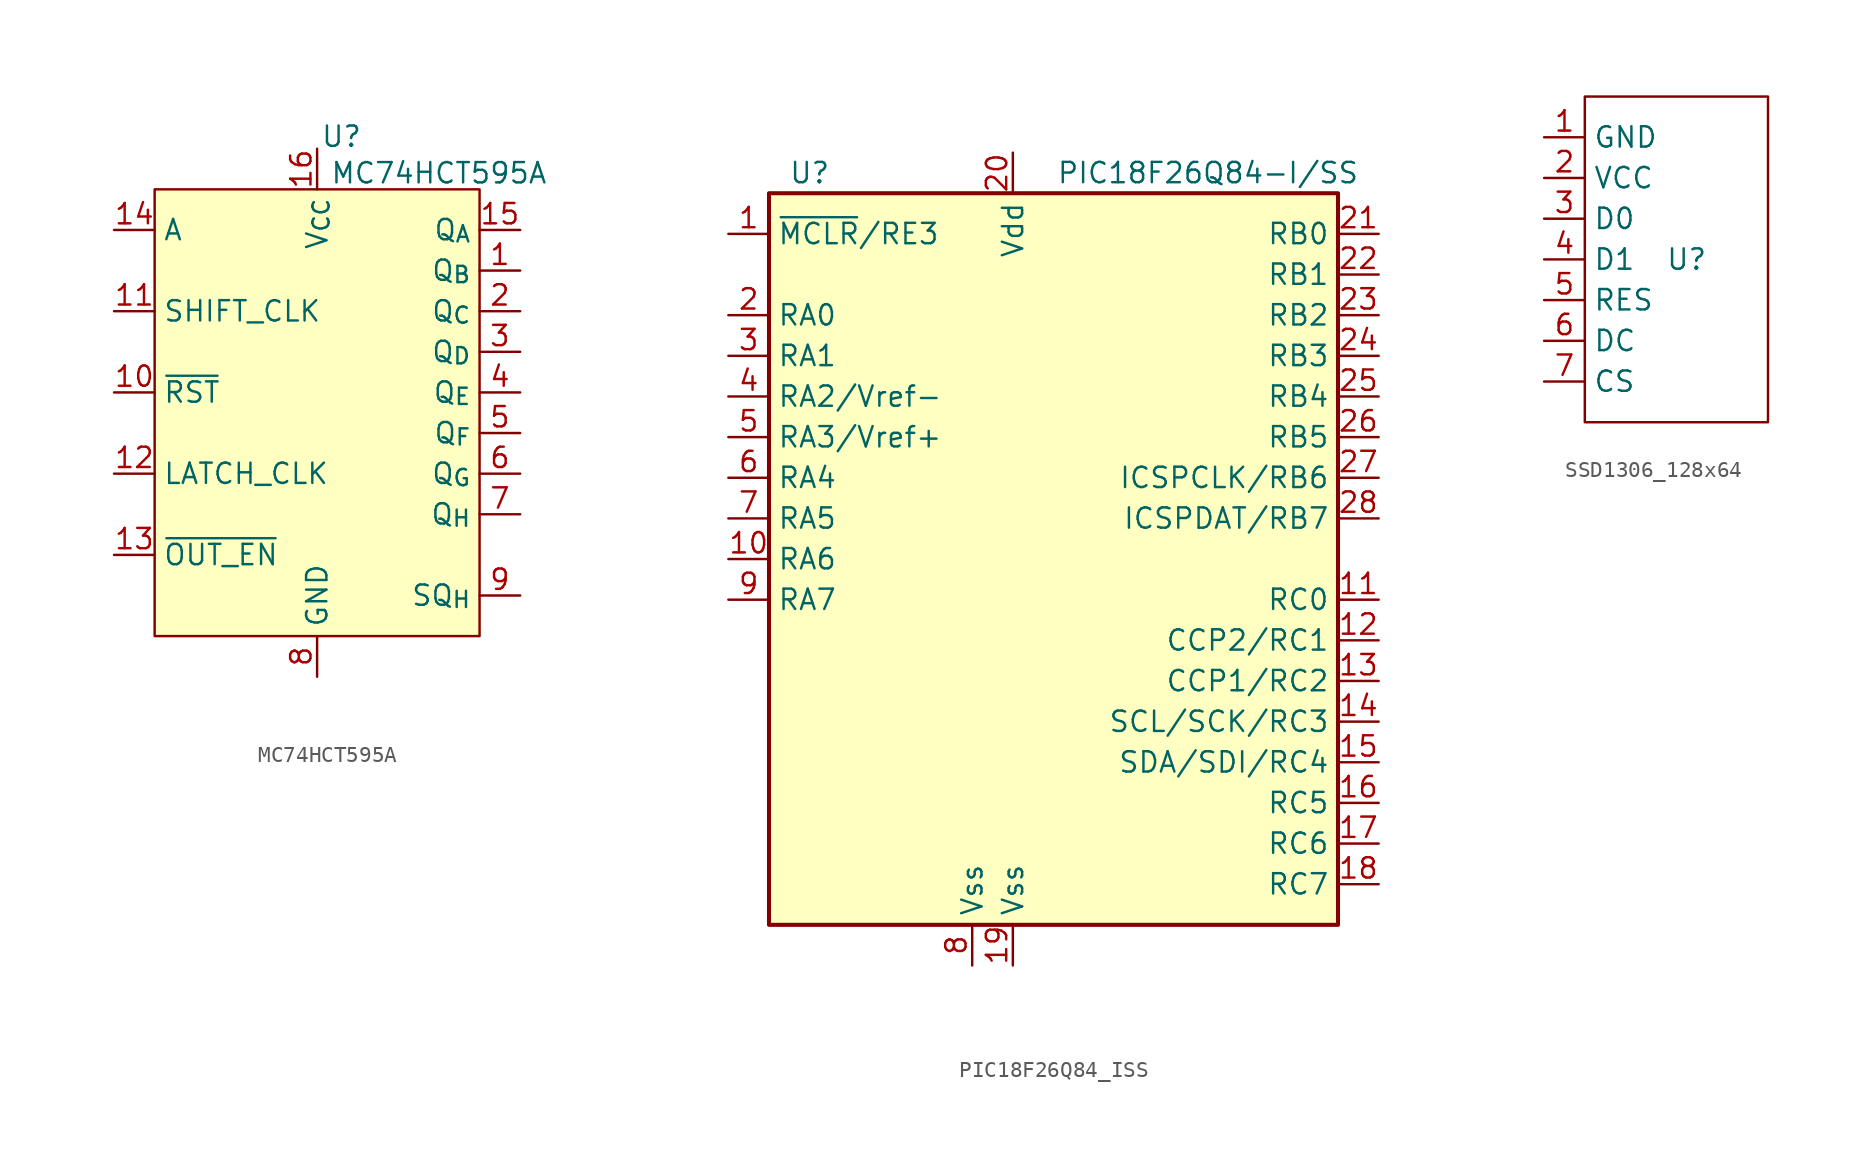
<source format=kicad_sym>
(kicad_symbol_lib
  (version 20241209)
  (generator "kicad_symbol_editor")
  (generator_version "9.0")
  (symbol "MC74HCT595A"
    (property "Reference" "U"
      (at 1.524 16.002 0)
      (effects (font (size 1.27 1.27))))
    (property "Value" "MC74HCT595A"
      (at 7.62 13.716 0)
      (effects (font (size 1.27 1.27))))
    (symbol "MC74HCT595A_1_1"
      (rectangle (start -10.16 12.7) (end 10.16 -15.24) (stroke (width 0) (type solid)) (fill (type color) (color 255 255 194 1)))
      (pin input line (at -12.7 10.16 0) (length 2.54) (name "A" (effects (font (size 1.27 1.27)))) (number "14" (effects (font (size 1.27 1.27)))))
      (pin input line (at -12.7 5.08 0) (length 2.54) (name "SHIFT_CLK" (effects (font (size 1.27 1.27)))) (number "11" (effects (font (size 1.27 1.27)))))
      (pin input line (at -12.7 0 0) (length 2.54) (name "~{RST}" (effects (font (size 1.27 1.27)))) (number "10" (effects (font (size 1.27 1.27)))))
      (pin input line (at -12.7 -5.08 0) (length 2.54) (name "LATCH_CLK" (effects (font (size 1.27 1.27)))) (number "12" (effects (font (size 1.27 1.27)))))
      (pin input line (at -12.7 -10.16 0) (length 2.54) (name "~{OUT_EN}" (effects (font (size 1.27 1.27)))) (number "13" (effects (font (size 1.27 1.27)))))
      (pin power_in line (at 0 15.24 270) (length 2.54) (name "V_{CC}" (effects (font (size 1.27 1.27)))) (number "16" (effects (font (size 1.27 1.27)))))
      (pin power_in line (at 0 -17.78 90) (length 2.54) (name "GND" (effects (font (size 1.27 1.27)))) (number "8" (effects (font (size 1.27 1.27)))))
      (pin output line (at 12.7 10.16 180) (length 2.54) (name "Q_{A}" (effects (font (size 1.27 1.27)))) (number "15" (effects (font (size 1.27 1.27)))))
      (pin output line (at 12.7 7.62 180) (length 2.54) (name "Q_{B}" (effects (font (size 1.27 1.27)))) (number "1" (effects (font (size 1.27 1.27)))))
      (pin output line (at 12.7 5.08 180) (length 2.54) (name "Q_{C}" (effects (font (size 1.27 1.27)))) (number "2" (effects (font (size 1.27 1.27)))))
      (pin output line (at 12.7 2.54 180) (length 2.54) (name "Q_{D}" (effects (font (size 1.27 1.27)))) (number "3" (effects (font (size 1.27 1.27)))))
      (pin output line (at 12.7 0 180) (length 2.54) (name "Q_{E}" (effects (font (size 1.27 1.27)))) (number "4" (effects (font (size 1.27 1.27)))))
      (pin output line (at 12.7 -2.54 180) (length 2.54) (name "Q_{F}" (effects (font (size 1.27 1.27)))) (number "5" (effects (font (size 1.27 1.27)))))
      (pin output line (at 12.7 -5.08 180) (length 2.54) (name "Q_{G}" (effects (font (size 1.27 1.27)))) (number "6" (effects (font (size 1.27 1.27)))))
      (pin output line (at 12.7 -7.62 180) (length 2.54) (name "Q_{H}" (effects (font (size 1.27 1.27)))) (number "7" (effects (font (size 1.27 1.27)))))
      (pin output line (at 12.7 -12.7 180) (length 2.54) (name "SQ_{H}" (effects (font (size 1.27 1.27)))) (number "9" (effects (font (size 1.27 1.27)))))))
  (symbol "PIC18F26Q84_ISS"
    (property "Reference" "U"
      (at -15.24 24.13 0)
      (effects (font (size 1.27 1.27))))
    (property "Value" "PIC18F26Q84-I/SS"
      (at 9.652 24.13 0)
      (effects (font (size 1.27 1.27))))
    (symbol "PIC18F26Q84_ISS_0_1"
      (rectangle (start -17.78 22.86) (end 17.78 -22.86) (stroke (width 0.254) (type default)) (fill (type background))))
    (symbol "PIC18F26Q84_ISS_1_1"
      (pin bidirectional line (at -20.32 20.32 0) (length 2.54) (name "~{MCLR}/RE3" (effects (font (size 1.27 1.27)))) (number "1" (effects (font (size 1.27 1.27)))))
      (pin bidirectional line (at -20.32 15.24 0) (length 2.54) (name "RA0" (effects (font (size 1.27 1.27)))) (number "2" (effects (font (size 1.27 1.27)))))
      (pin bidirectional line (at -20.32 12.7 0) (length 2.54) (name "RA1" (effects (font (size 1.27 1.27)))) (number "3" (effects (font (size 1.27 1.27)))))
      (pin bidirectional line (at -20.32 10.16 0) (length 2.54) (name "RA2/Vref-" (effects (font (size 1.27 1.27)))) (number "4" (effects (font (size 1.27 1.27)))))
      (pin bidirectional line (at -20.32 7.62 0) (length 2.54) (name "RA3/Vref+" (effects (font (size 1.27 1.27)))) (number "5" (effects (font (size 1.27 1.27)))))
      (pin bidirectional line (at -20.32 5.08 0) (length 2.54) (name "RA4" (effects (font (size 1.27 1.27)))) (number "6" (effects (font (size 1.27 1.27)))))
      (pin bidirectional line (at -20.32 2.54 0) (length 2.54) (name "RA5" (effects (font (size 1.27 1.27)))) (number "7" (effects (font (size 1.27 1.27)))))
      (pin bidirectional line (at -20.32 0 0) (length 2.54) (name "RA6" (effects (font (size 1.27 1.27)))) (number "10" (effects (font (size 1.27 1.27)))))
      (pin bidirectional line (at -20.32 -2.54 0) (length 2.54) (name "RA7" (effects (font (size 1.27 1.27)))) (number "9" (effects (font (size 1.27 1.27)))))
      (pin power_in line (at -5.08 -25.4 90) (length 2.54) (name "Vss" (effects (font (size 1.27 1.27)))) (number "8" (effects (font (size 1.27 1.27)))))
      (pin power_in line (at -2.54 25.4 270) (length 2.54) (name "Vdd" (effects (font (size 1.27 1.27)))) (number "20" (effects (font (size 1.27 1.27)))))
      (pin power_in line (at -2.54 -25.4 90) (length 2.54) (name "Vss" (effects (font (size 1.27 1.27)))) (number "19" (effects (font (size 1.27 1.27)))))
      (pin bidirectional line (at 20.32 20.32 180) (length 2.54) (name "RB0" (effects (font (size 1.27 1.27)))) (number "21" (effects (font (size 1.27 1.27)))))
      (pin bidirectional line (at 20.32 17.78 180) (length 2.54) (name "RB1" (effects (font (size 1.27 1.27)))) (number "22" (effects (font (size 1.27 1.27)))))
      (pin bidirectional line (at 20.32 15.24 180) (length 2.54) (name "RB2" (effects (font (size 1.27 1.27)))) (number "23" (effects (font (size 1.27 1.27)))))
      (pin bidirectional line (at 20.32 12.7 180) (length 2.54) (name "RB3" (effects (font (size 1.27 1.27)))) (number "24" (effects (font (size 1.27 1.27)))))
      (pin bidirectional line (at 20.32 10.16 180) (length 2.54) (name "RB4" (effects (font (size 1.27 1.27)))) (number "25" (effects (font (size 1.27 1.27)))))
      (pin bidirectional line (at 20.32 7.62 180) (length 2.54) (name "RB5" (effects (font (size 1.27 1.27)))) (number "26" (effects (font (size 1.27 1.27)))))
      (pin bidirectional line (at 20.32 5.08 180) (length 2.54) (name "ICSPCLK/RB6" (effects (font (size 1.27 1.27)))) (number "27" (effects (font (size 1.27 1.27)))))
      (pin bidirectional line (at 20.32 2.54 180) (length 2.54) (name "ICSPDAT/RB7" (effects (font (size 1.27 1.27)))) (number "28" (effects (font (size 1.27 1.27)))))
      (pin bidirectional line (at 20.32 -2.54 180) (length 2.54) (name "RC0" (effects (font (size 1.27 1.27)))) (number "11" (effects (font (size 1.27 1.27)))))
      (pin bidirectional line (at 20.32 -5.08 180) (length 2.54) (name "CCP2/RC1" (effects (font (size 1.27 1.27)))) (number "12" (effects (font (size 1.27 1.27)))))
      (pin bidirectional line (at 20.32 -7.62 180) (length 2.54) (name "CCP1/RC2" (effects (font (size 1.27 1.27)))) (number "13" (effects (font (size 1.27 1.27)))))
      (pin bidirectional line (at 20.32 -10.16 180) (length 2.54) (name "SCL/SCK/RC3" (effects (font (size 1.27 1.27)))) (number "14" (effects (font (size 1.27 1.27)))))
      (pin bidirectional line (at 20.32 -12.7 180) (length 2.54) (name "SDA/SDI/RC4" (effects (font (size 1.27 1.27)))) (number "15" (effects (font (size 1.27 1.27)))))
      (pin bidirectional line (at 20.32 -15.24 180) (length 2.54) (name "RC5" (effects (font (size 1.27 1.27)))) (number "16" (effects (font (size 1.27 1.27)))))
      (pin bidirectional line (at 20.32 -17.78 180) (length 2.54) (name "RC6" (effects (font (size 1.27 1.27)))) (number "17" (effects (font (size 1.27 1.27)))))
      (pin bidirectional line (at 20.32 -20.32 180) (length 2.54) (name "RC7" (effects (font (size 1.27 1.27)))) (number "18" (effects (font (size 1.27 1.27)))))))
  (symbol "SSD1306_128x64"
    (property "Reference" "U"
      (at 0 0 0)
      (effects (font (size 1.27 1.27))))
    (property "Value" ""
      (at 0 0 0)
      (effects (font (size 1.27 1.27))))
    (symbol "SSD1306_128x64_0_1"
      (rectangle (start -6.35 10.16) (end 5.08 -10.16) (stroke (width 0) (type default)) (fill (type none))))
    (symbol "SSD1306_128x64_1_1"
      (pin input line (at -8.89 7.62 0) (length 2.54) (name "GND" (effects (font (size 1.27 1.27)))) (number "1" (effects (font (size 1.27 1.27)))))
      (pin input line (at -8.89 5.08 0) (length 2.54) (name "VCC" (effects (font (size 1.27 1.27)))) (number "2" (effects (font (size 1.27 1.27)))))
      (pin input line (at -8.89 2.54 0) (length 2.54) (name "D0" (effects (font (size 1.27 1.27)))) (number "3" (effects (font (size 1.27 1.27)))))
      (pin input line (at -8.89 0 0) (length 2.54) (name "D1" (effects (font (size 1.27 1.27)))) (number "4" (effects (font (size 1.27 1.27)))))
      (pin input line (at -8.89 -2.54 0) (length 2.54) (name "RES" (effects (font (size 1.27 1.27)))) (number "5" (effects (font (size 1.27 1.27)))))
      (pin input line (at -8.89 -5.08 0) (length 2.54) (name "DC" (effects (font (size 1.27 1.27)))) (number "6" (effects (font (size 1.27 1.27)))))
      (pin input line (at -8.89 -7.62 0) (length 2.54) (name "CS" (effects (font (size 1.27 1.27)))) (number "7" (effects (font (size 1.27 1.27))))))))
</source>
